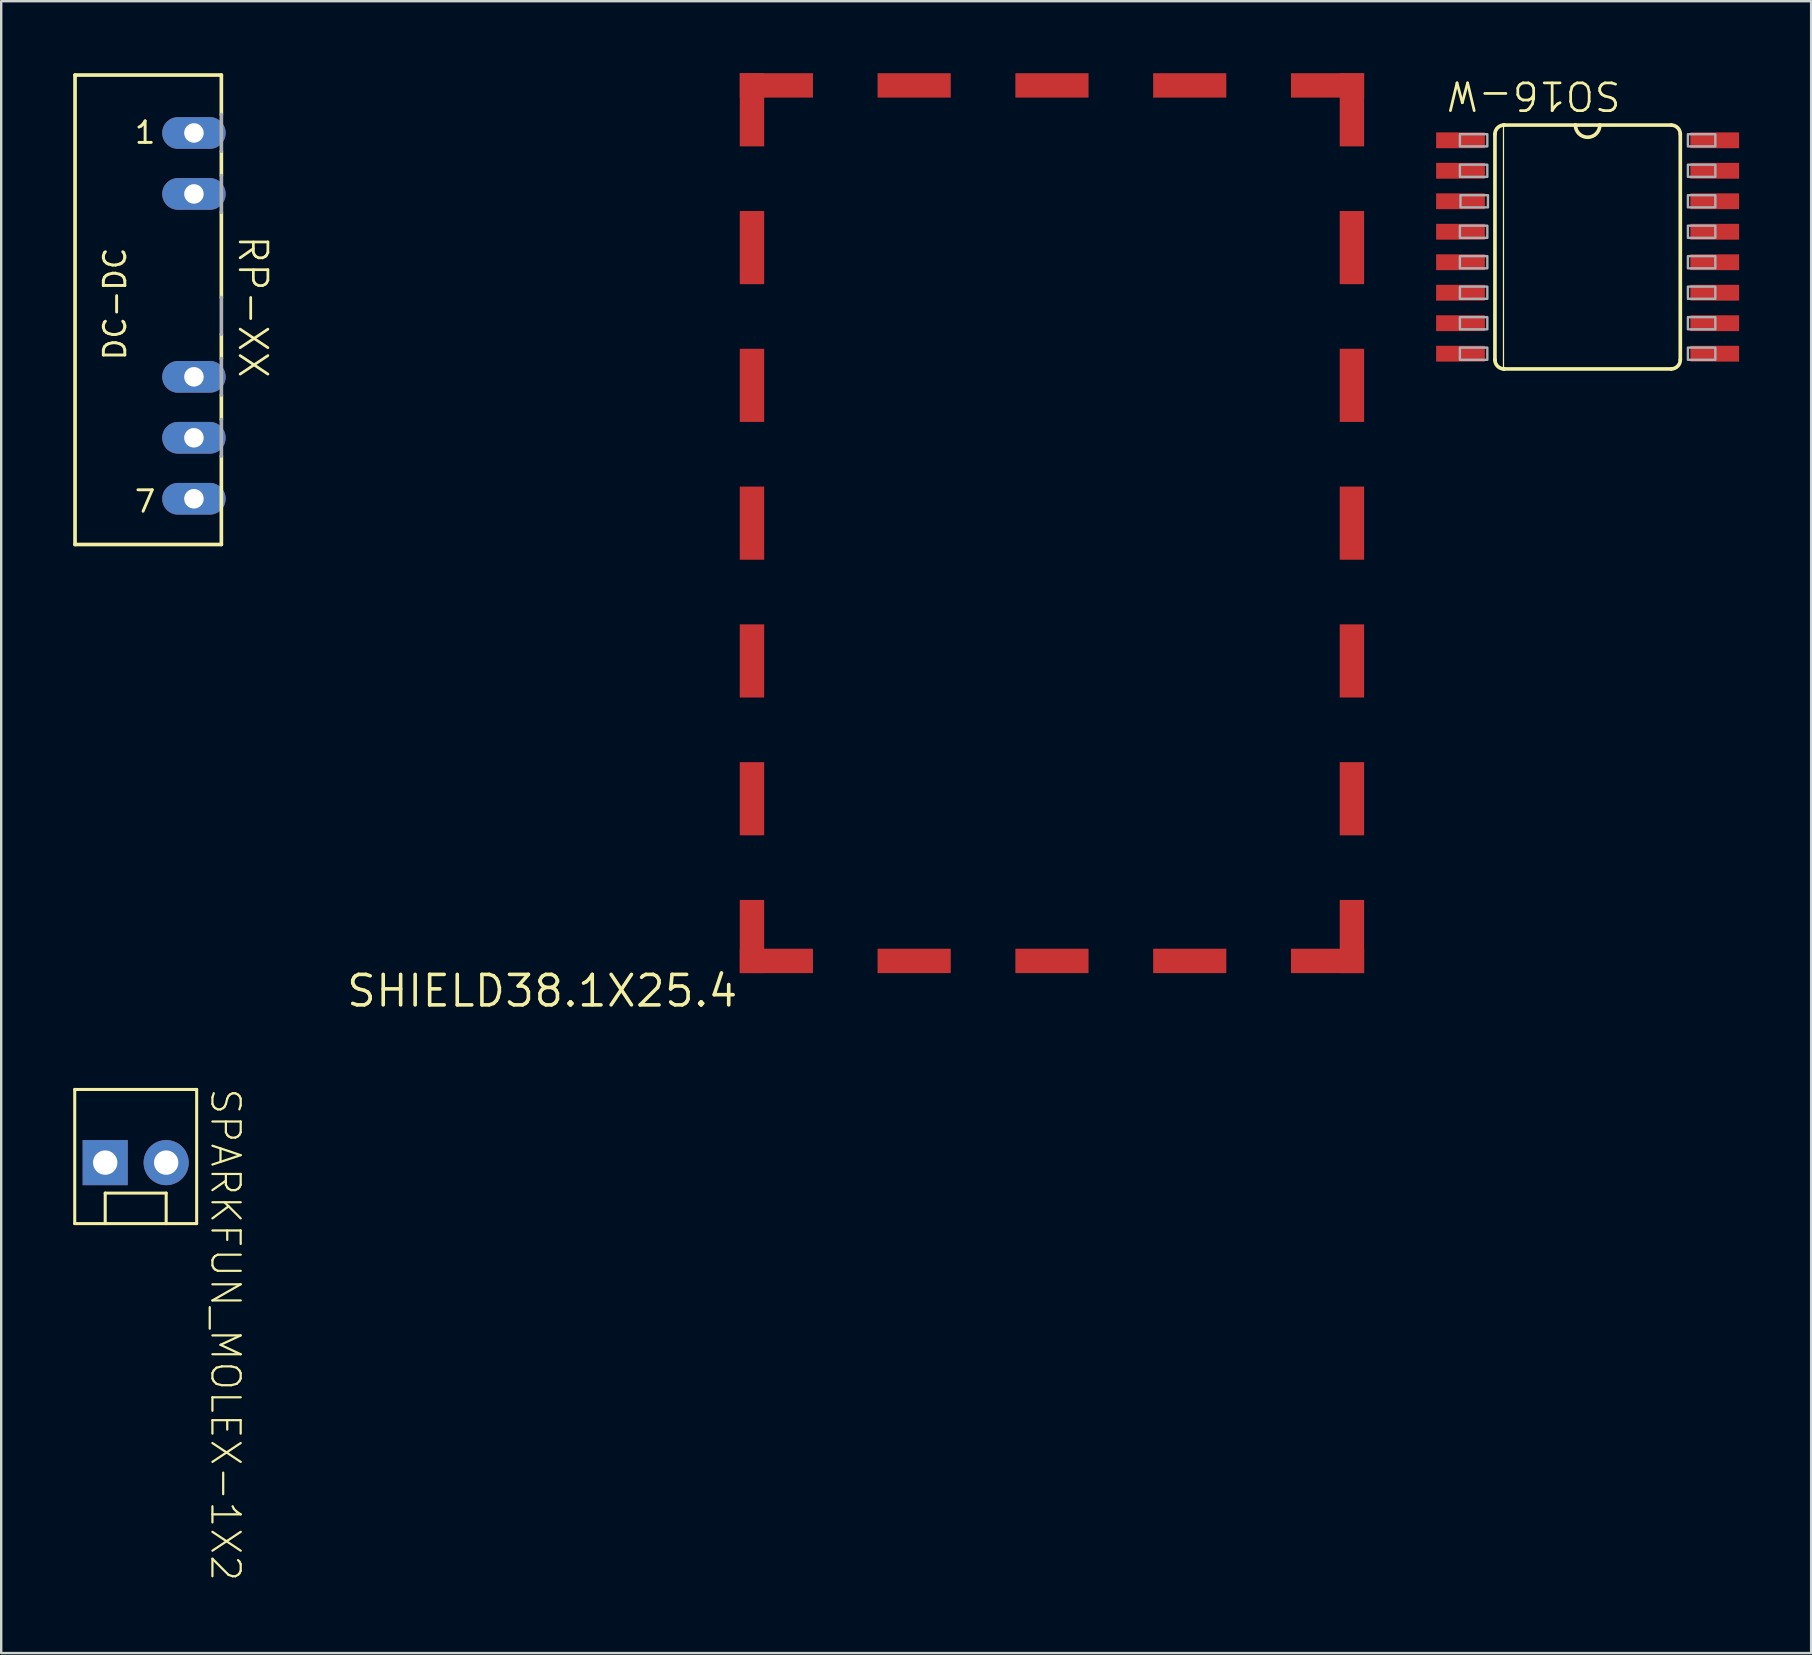
<source format=kicad_pcb>
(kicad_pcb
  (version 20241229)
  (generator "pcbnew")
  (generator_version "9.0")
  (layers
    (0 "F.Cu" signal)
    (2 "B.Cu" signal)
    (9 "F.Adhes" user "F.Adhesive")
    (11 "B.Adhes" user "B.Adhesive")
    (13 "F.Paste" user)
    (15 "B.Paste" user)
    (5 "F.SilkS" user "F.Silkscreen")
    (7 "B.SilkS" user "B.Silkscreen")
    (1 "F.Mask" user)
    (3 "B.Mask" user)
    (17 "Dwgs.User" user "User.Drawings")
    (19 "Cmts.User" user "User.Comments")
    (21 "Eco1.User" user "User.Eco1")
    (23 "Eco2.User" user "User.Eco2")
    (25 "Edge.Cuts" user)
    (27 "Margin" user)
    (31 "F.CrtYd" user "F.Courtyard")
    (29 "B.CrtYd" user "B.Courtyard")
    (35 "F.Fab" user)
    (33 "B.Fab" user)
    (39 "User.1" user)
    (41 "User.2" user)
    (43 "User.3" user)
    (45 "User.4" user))
  (footprint "SO16-W"
    (layer "F.Cu")
    (at 63.091 7.24)
    (property "Reference" "SO16-W" (at 1.46 -6.985 180) (unlocked yes) (layer "F.SilkS") (effects (font (size 1.156 1.156) (thickness 0.114)) (justify left bottom)))
    (fp_line (start -3.861 -4.699) (end -3.861 4.699) (stroke (width 0.152) (type solid)) (layer "F.SilkS"))
    (fp_line (start -3.505 -5.08) (end -3.505 5.08) (stroke (width 0.051) (type solid)) (layer "F.SilkS"))
    (fp_line (start -3.505 -5.08) (end -3.48 -5.08) (stroke (width 0.152) (type solid)) (layer "F.SilkS"))
    (fp_line (start -3.505 5.08) (end -3.48 5.08) (stroke (width 0.152) (type solid)) (layer "F.SilkS"))
    (fp_line (start -3.48 5.08) (end 3.48 5.08) (stroke (width 0.152) (type solid)) (layer "F.SilkS"))
    (fp_line (start -0.508 -5.08) (end -3.48 -5.08) (stroke (width 0.152) (type solid)) (layer "F.SilkS"))
    (fp_line (start 0.508 -5.08) (end -0.508 -5.08) (stroke (width 0.152) (type solid)) (layer "F.SilkS"))
    (fp_line (start 3.48 -5.08) (end 0.508 -5.08) (stroke (width 0.152) (type solid)) (layer "F.SilkS"))
    (fp_line (start 3.861 4.699) (end 3.861 -4.699) (stroke (width 0.152) (type solid)) (layer "F.SilkS"))
    (fp_arc (start -3.8608 -4.699) (mid -3.749208 -4.968408) (end -3.4798 -5.08) (stroke (width 0.1524) (type solid)) (layer "F.SilkS"))
    (fp_arc (start -3.4798 5.08) (mid -3.749208 4.968408) (end -3.8608 4.699) (stroke (width 0.1524) (type solid)) (layer "F.SilkS"))
    (fp_arc (start 0.508 -5.08) (mid 0 -4.572) (end -0.508 -5.08) (stroke (width 0.1524) (type solid)) (layer "F.SilkS"))
    (fp_arc (start 3.4798 -5.08) (mid 3.749208 -4.968408) (end 3.8608 -4.699) (stroke (width 0.1524) (type solid)) (layer "F.SilkS"))
    (fp_arc (start 3.8608 4.699) (mid 3.749208 4.968408) (end 3.4798 5.08) (stroke (width 0.1524) (type solid)) (layer "F.SilkS"))
    (fp_poly (pts (xy -5.321 -4.699) (xy -5.321 -4.191) (xy -4.178 -4.191) (xy -4.178 -4.699)) (stroke (width 0.1) (type default)) (fill no) (layer "F.Fab"))
    (fp_poly (pts (xy -5.321 -3.429) (xy -5.321 -2.921) (xy -4.178 -2.921) (xy -4.178 -3.429)) (stroke (width 0.1) (type default)) (fill no) (layer "F.Fab"))
    (fp_poly (pts (xy -5.321 -0.889) (xy -5.321 -0.381) (xy -4.178 -0.381) (xy -4.178 -0.889)) (stroke (width 0.1) (type default)) (fill no) (layer "F.Fab"))
    (fp_poly (pts (xy -5.321 0.381) (xy -5.321 0.889) (xy -4.178 0.889) (xy -4.178 0.381)) (stroke (width 0.1) (type default)) (fill no) (layer "F.Fab"))
    (fp_poly (pts (xy -5.321 1.651) (xy -5.321 2.159) (xy -4.178 2.159) (xy -4.178 1.651)) (stroke (width 0.1) (type default)) (fill no) (layer "F.Fab"))
    (fp_poly (pts (xy -5.321 2.921) (xy -5.321 3.429) (xy -4.178 3.429) (xy -4.178 2.921)) (stroke (width 0.1) (type default)) (fill no) (layer "F.Fab"))
    (fp_poly (pts (xy -5.321 4.191) (xy -5.321 4.699) (xy -4.178 4.699) (xy -4.178 4.191)) (stroke (width 0.1) (type default)) (fill no) (layer "F.Fab"))
    (fp_poly (pts (xy -5.296 -2.159) (xy -5.296 -1.651) (xy -4.153 -1.651) (xy -4.153 -2.159)) (stroke (width 0.1) (type default)) (fill no) (layer "F.Fab"))
    (fp_poly (pts (xy 4.178 -4.699) (xy 4.178 -4.191) (xy 5.321 -4.191) (xy 5.321 -4.699)) (stroke (width 0.1) (type default)) (fill no) (layer "F.Fab"))
    (fp_poly (pts (xy 4.178 -3.429) (xy 4.178 -2.921) (xy 5.321 -2.921) (xy 5.321 -3.429)) (stroke (width 0.1) (type default)) (fill no) (layer "F.Fab"))
    (fp_poly (pts (xy 4.178 -2.159) (xy 4.178 -1.651) (xy 5.321 -1.651) (xy 5.321 -2.159)) (stroke (width 0.1) (type default)) (fill no) (layer "F.Fab"))
    (fp_poly (pts (xy 4.178 -0.889) (xy 4.178 -0.381) (xy 5.321 -0.381) (xy 5.321 -0.889)) (stroke (width 0.1) (type default)) (fill no) (layer "F.Fab"))
    (fp_poly (pts (xy 4.178 0.381) (xy 4.178 0.889) (xy 5.321 0.889) (xy 5.321 0.381)) (stroke (width 0.1) (type default)) (fill no) (layer "F.Fab"))
    (fp_poly (pts (xy 4.178 1.651) (xy 4.178 2.159) (xy 5.321 2.159) (xy 5.321 1.651)) (stroke (width 0.1) (type default)) (fill no) (layer "F.Fab"))
    (fp_poly (pts (xy 4.178 2.921) (xy 4.178 3.429) (xy 5.321 3.429) (xy 5.321 2.921)) (stroke (width 0.1) (type default)) (fill no) (layer "F.Fab"))
    (fp_poly (pts (xy 4.178 4.191) (xy 4.178 4.699) (xy 5.321 4.699) (xy 5.321 4.191)) (stroke (width 0.1) (type default)) (fill no) (layer "F.Fab"))
    (pad "1" smd rect (at -5.296 -4.445 270) (size 0.66 2.032) (layers "F.Cu" "F.Mask" "F.Paste"))
    (pad "2" smd rect (at -5.296 -3.175 270) (size 0.66 2.032) (layers "F.Cu" "F.Mask" "F.Paste"))
    (pad "3" smd rect (at -5.296 -1.905 270) (size 0.66 2.032) (layers "F.Cu" "F.Mask" "F.Paste"))
    (pad "4" smd rect (at -5.296 -0.635 270) (size 0.66 2.032) (layers "F.Cu" "F.Mask" "F.Paste"))
    (pad "5" smd rect (at -5.296 0.635 270) (size 0.66 2.032) (layers "F.Cu" "F.Mask" "F.Paste"))
    (pad "6" smd rect (at -5.296 1.905 270) (size 0.66 2.032) (layers "F.Cu" "F.Mask" "F.Paste"))
    (pad "7" smd rect (at -5.296 3.175 270) (size 0.66 2.032) (layers "F.Cu" "F.Mask" "F.Paste"))
    (pad "8" smd rect (at -5.296 4.445 270) (size 0.66 2.032) (layers "F.Cu" "F.Mask" "F.Paste"))
    (pad "9" smd rect (at 5.296 4.445 270) (size 0.66 2.032) (layers "F.Cu" "F.Mask" "F.Paste"))
    (pad "10" smd rect (at 5.296 3.175 270) (size 0.66 2.032) (layers "F.Cu" "F.Mask" "F.Paste"))
    (pad "11" smd rect (at 5.296 1.905 270) (size 0.66 2.032) (layers "F.Cu" "F.Mask" "F.Paste"))
    (pad "12" smd rect (at 5.296 0.635 270) (size 0.66 2.032) (layers "F.Cu" "F.Mask" "F.Paste"))
    (pad "13" smd rect (at 5.296 -0.635 270) (size 0.66 2.032) (layers "F.Cu" "F.Mask" "F.Paste"))
    (pad "14" smd rect (at 5.296 -1.905 270) (size 0.66 2.032) (layers "F.Cu" "F.Mask" "F.Paste"))
    (pad "15" smd rect (at 5.296 -3.175 270) (size 0.66 2.032) (layers "F.Cu" "F.Mask" "F.Paste"))
    (pad "16" smd rect (at 5.296 -4.445 270) (size 0.66 2.032) (layers "F.Cu" "F.Mask" "F.Paste")))
  (footprint "SPARKFUN_MOLEX-1X2"
    (layer "F.Cu")
    (at 1.333 45.385)
    (property "Reference" "SPARKFUN_MOLEX-1X2" (at 4.318 -3.175 270) (unlocked yes) (layer "F.SilkS") (effects (font (size 1.177 1.177) (thickness 0.093)) (justify left bottom)))
    (fp_line (start -1.27 -3.048) (end -1.27 2.54) (stroke (width 0.127) (type solid)) (layer "F.SilkS"))
    (fp_line (start 0 1.27) (end 2.54 1.27) (stroke (width 0.127) (type solid)) (layer "F.SilkS"))
    (fp_line (start 0 2.54) (end -1.27 2.54) (stroke (width 0.127) (type solid)) (layer "F.SilkS"))
    (fp_line (start 0 2.54) (end 0 1.27) (stroke (width 0.127) (type solid)) (layer "F.SilkS"))
    (fp_line (start 2.54 1.27) (end 2.54 2.54) (stroke (width 0.127) (type solid)) (layer "F.SilkS"))
    (fp_line (start 2.54 2.54) (end 0 2.54) (stroke (width 0.127) (type solid)) (layer "F.SilkS"))
    (fp_line (start 3.81 -3.048) (end -1.27 -3.048) (stroke (width 0.127) (type solid)) (layer "F.SilkS"))
    (fp_line (start 3.81 -3.048) (end 3.81 2.54) (stroke (width 0.127) (type solid)) (layer "F.SilkS"))
    (fp_line (start 3.81 2.54) (end 2.54 2.54) (stroke (width 0.127) (type solid)) (layer "F.SilkS"))
    (pad "1" thru_hole rect (at 0 0) (size 1.88 1.88) (drill 1.016) (layers "*.Cu" "*.Mask"))
    (pad "2" thru_hole circle (at 2.54 0) (size 1.88 1.88) (drill 1.016) (layers "*.Cu" "*.Mask")))
  (footprint "RP-XX"
    (layer "F.Cu")
    (at 5.029 8.839)
    (property "Reference" "RP-XX" (at 1.778 -2.159 270) (unlocked yes) (layer "F.SilkS") (effects (font (size 1.156 1.156) (thickness 0.114)) (justify left bottom)))
    (fp_line (start -4.953 -8.763) (end -4.953 10.795) (stroke (width 0.152) (type solid)) (layer "F.SilkS"))
    (fp_line (start -4.953 10.795) (end 1.143 10.795) (stroke (width 0.152) (type solid)) (layer "F.SilkS"))
    (fp_line (start 1.143 -8.763) (end -4.953 -8.763) (stroke (width 0.152) (type solid)) (layer "F.SilkS"))
    (fp_line (start 1.143 -7.112) (end 1.143 -8.763) (stroke (width 0.152) (type solid)) (layer "F.SilkS"))
    (fp_line (start 1.143 -4.572) (end 1.143 -5.588) (stroke (width 0.152) (type solid)) (layer "F.SilkS"))
    (fp_line (start 1.143 0.508) (end 1.143 -3.048) (stroke (width 0.152) (type solid)) (layer "F.SilkS"))
    (fp_line (start 1.143 3.048) (end 1.143 2.032) (stroke (width 0.152) (type solid)) (layer "F.SilkS"))
    (fp_line (start 1.143 5.588) (end 1.143 4.572) (stroke (width 0.152) (type solid)) (layer "F.SilkS"))
    (fp_line (start 1.143 10.795) (end 1.143 7.112) (stroke (width 0.152) (type solid)) (layer "F.SilkS"))
    (fp_line (start 1.143 -5.588) (end 1.143 -7.112) (stroke (width 0.152) (type solid)) (layer "F.Fab"))
    (fp_line (start 1.143 -3.048) (end 1.143 -4.572) (stroke (width 0.152) (type solid)) (layer "F.Fab"))
    (fp_line (start 1.143 2.032) (end 1.143 0.508) (stroke (width 0.152) (type solid)) (layer "F.Fab"))
    (fp_line (start 1.143 4.572) (end 1.143 3.048) (stroke (width 0.152) (type solid)) (layer "F.Fab"))
    (fp_line (start 1.143 7.112) (end 1.143 5.588) (stroke (width 0.152) (type solid)) (layer "F.Fab"))
    (fp_text user "DC-DC" (at -3.81 -1.651 90) (unlocked yes) (layer "F.SilkS") (effects (font (size 0.894 0.894) (thickness 0.122)) (justify right top)))
    (fp_text user "7" (at -2.54 9.525 0) (unlocked yes) (layer "F.SilkS") (effects (font (size 0.894 0.894) (thickness 0.122)) (justify left bottom)))
    (fp_text user "1" (at -2.54 -5.842 0) (unlocked yes) (layer "F.SilkS") (effects (font (size 0.894 0.894) (thickness 0.122)) (justify left bottom)))
    (pad "1" thru_hole oval (at 0 -6.35) (size 2.642 1.321) (drill 0.813) (layers "*.Cu" "*.Mask"))
    (pad "2" thru_hole oval (at 0 -3.81) (size 2.642 1.321) (drill 0.813) (layers "*.Cu" "*.Mask"))
    (pad "5" thru_hole oval (at 0 3.81) (size 2.642 1.321) (drill 0.813) (layers "*.Cu" "*.Mask"))
    (pad "6" thru_hole oval (at 0 6.35) (size 2.642 1.321) (drill 0.813) (layers "*.Cu" "*.Mask"))
    (pad "7" thru_hole oval (at 0 8.89) (size 2.642 1.321) (drill 0.813) (layers "*.Cu" "*.Mask")))
  (footprint "SHIELD38.1X25.4"
    (layer "F.Cu")
    (at 27.77 37.49)
    (property "Reference" "SHIELD38.1X25.4" (at 0 0 0) (layer "F.SilkS") (effects (font (size 1.27 1.27) (thickness 0.15)) (justify right top)))
    (pad "1" smd rect (at 1.524 -0.508) (size 3.048 1.016) (layers "F.Cu" "F.Mask" "F.Paste"))
    (pad "2" smd rect (at 0.508 -1.524 90) (size 3.048 1.016) (layers "F.Cu" "F.Mask" "F.Paste"))
    (pad "3" smd rect (at 7.264 -0.508) (size 3.048 1.016) (layers "F.Cu" "F.Mask" "F.Paste"))
    (pad "4" smd rect (at 13.005 -0.508) (size 3.048 1.016) (layers "F.Cu" "F.Mask" "F.Paste"))
    (pad "5" smd rect (at 18.745 -0.508) (size 3.048 1.016) (layers "F.Cu" "F.Mask" "F.Paste"))
    (pad "6" smd rect (at 0.508 -7.264 90) (size 3.048 1.016) (layers "F.Cu" "F.Mask" "F.Paste"))
    (pad "7" smd rect (at 0.508 -13.005 90) (size 3.048 1.016) (layers "F.Cu" "F.Mask" "F.Paste"))
    (pad "8" smd rect (at 0.508 -18.745 90) (size 3.048 1.016) (layers "F.Cu" "F.Mask" "F.Paste"))
    (pad "9" smd rect (at 0.508 -24.486 90) (size 3.048 1.016) (layers "F.Cu" "F.Mask" "F.Paste"))
    (pad "10" smd rect (at 0.508 -30.226 90) (size 3.048 1.016) (layers "F.Cu" "F.Mask" "F.Paste"))
    (pad "11" smd rect (at 0.508 -35.966 90) (size 3.048 1.016) (layers "F.Cu" "F.Mask" "F.Paste"))
    (pad "12" smd rect (at 25.502 -1.524 90) (size 3.048 1.016) (layers "F.Cu" "F.Mask" "F.Paste"))
    (pad "13" smd rect (at 24.486 -0.508) (size 3.048 1.016) (layers "F.Cu" "F.Mask" "F.Paste"))
    (pad "14" smd rect (at 25.502 -7.264 90) (size 3.048 1.016) (layers "F.Cu" "F.Mask" "F.Paste"))
    (pad "15" smd rect (at 25.502 -13.005 90) (size 3.048 1.016) (layers "F.Cu" "F.Mask" "F.Paste"))
    (pad "16" smd rect (at 25.502 -18.745 90) (size 3.048 1.016) (layers "F.Cu" "F.Mask" "F.Paste"))
    (pad "17" smd rect (at 25.502 -24.486 90) (size 3.048 1.016) (layers "F.Cu" "F.Mask" "F.Paste"))
    (pad "18" smd rect (at 25.502 -30.226 90) (size 3.048 1.016) (layers "F.Cu" "F.Mask" "F.Paste"))
    (pad "19" smd rect (at 25.502 -35.966 90) (size 3.048 1.016) (layers "F.Cu" "F.Mask" "F.Paste"))
    (pad "20" smd rect (at 1.524 -36.982) (size 3.048 1.016) (layers "F.Cu" "F.Mask" "F.Paste"))
    (pad "21" smd rect (at 7.264 -36.982) (size 3.048 1.016) (layers "F.Cu" "F.Mask" "F.Paste"))
    (pad "22" smd rect (at 13.005 -36.982) (size 3.048 1.016) (layers "F.Cu" "F.Mask" "F.Paste"))
    (pad "23" smd rect (at 18.745 -36.982) (size 3.048 1.016) (layers "F.Cu" "F.Mask" "F.Paste"))
    (pad "24" smd rect (at 24.486 -36.982) (size 3.048 1.016) (layers "F.Cu" "F.Mask" "F.Paste")))
  (gr_rect
    (start -3 -3)
    (end 72.403 65.817)
    (stroke (width 0.1) (type default))
    (fill no)
    (layer "Edge.Cuts")))
</source>
